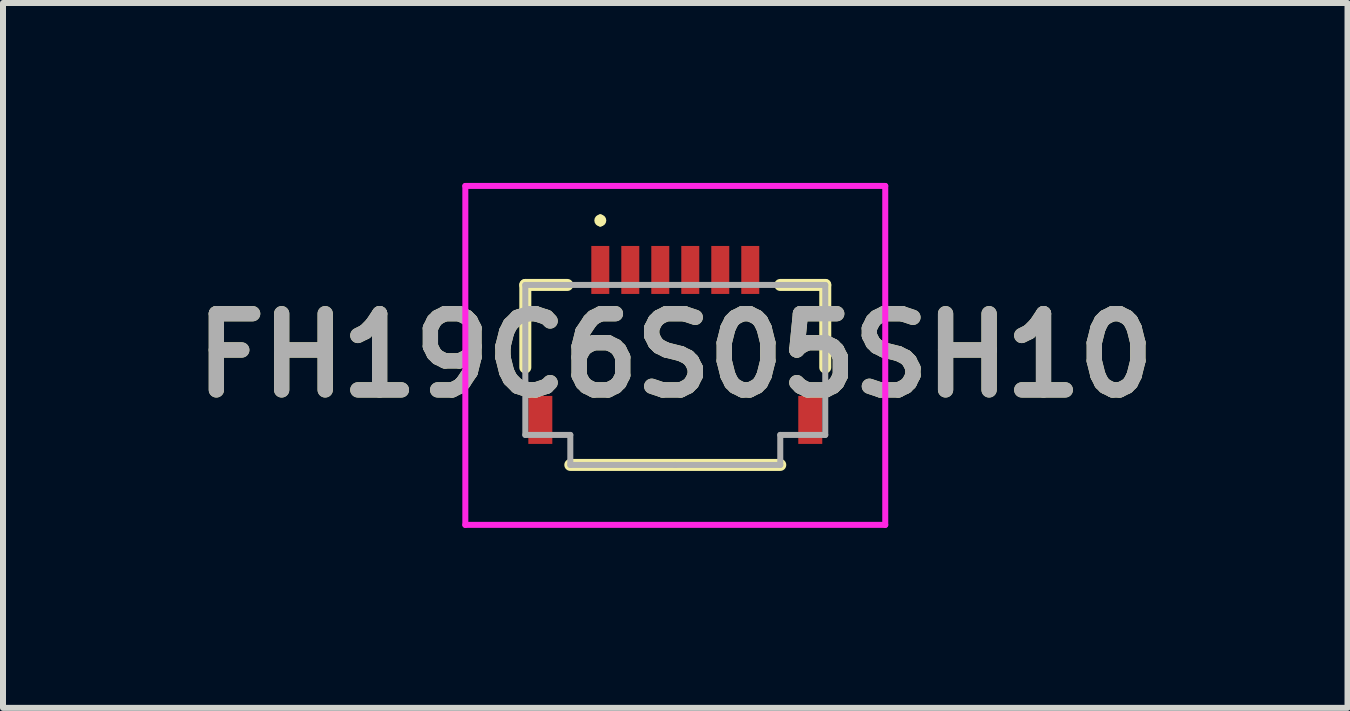
<source format=kicad_pcb>
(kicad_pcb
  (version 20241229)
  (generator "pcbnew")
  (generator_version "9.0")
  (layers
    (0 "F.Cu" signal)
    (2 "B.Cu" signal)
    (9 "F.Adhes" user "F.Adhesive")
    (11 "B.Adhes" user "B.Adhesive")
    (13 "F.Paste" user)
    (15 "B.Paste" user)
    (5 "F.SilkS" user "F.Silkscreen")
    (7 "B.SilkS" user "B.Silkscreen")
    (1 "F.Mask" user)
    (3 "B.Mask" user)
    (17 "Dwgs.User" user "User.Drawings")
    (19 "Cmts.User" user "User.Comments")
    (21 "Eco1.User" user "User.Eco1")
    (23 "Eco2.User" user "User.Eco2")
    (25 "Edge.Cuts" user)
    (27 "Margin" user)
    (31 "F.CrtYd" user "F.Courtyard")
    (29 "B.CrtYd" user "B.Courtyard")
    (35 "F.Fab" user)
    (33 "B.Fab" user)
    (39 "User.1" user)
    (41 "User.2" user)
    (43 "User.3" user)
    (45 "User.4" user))
  (footprint "FH19C6S05SH10"
    (layer "F.Cu")
    (at 8.207 3.075)
    (property "Reference" "FH19C6S05SH10" (at 0 -0.2 0) (layer "F.SilkS") (effects (font (size 1.27 1.27) (thickness 0.254))))
    (attr smd)
    (fp_line (start -2.5 -1.375) (end -2.5 0) (stroke (width 0.2) (type solid)) (layer "F.SilkS"))
    (fp_line (start -1.8 -1.375) (end -2.5 -1.375) (stroke (width 0.2) (type solid)) (layer "F.SilkS"))
    (fp_line (start -1.75 1.625) (end 1.75 1.625) (stroke (width 0.2) (type solid)) (layer "F.SilkS"))
    (fp_line (start -1.25 -2.5) (end -1.25 -2.5) (stroke (width 0.1) (type solid)) (layer "F.SilkS"))
    (fp_line (start -1.25 -2.4) (end -1.25 -2.4) (stroke (width 0.1) (type solid)) (layer "F.SilkS"))
    (fp_line (start 1.75 -1.375) (end 2.5 -1.375) (stroke (width 0.2) (type solid)) (layer "F.SilkS"))
    (fp_line (start 2.5 -1.375) (end 2.5 0) (stroke (width 0.2) (type solid)) (layer "F.SilkS"))
    (fp_arc (start -1.25 -2.5) (mid -1.2 -2.45) (end -1.25 -2.4) (stroke (width 0.1) (type solid)) (layer "F.SilkS"))
    (fp_arc (start -1.25 -2.4) (mid -1.3 -2.45) (end -1.25 -2.5) (stroke (width 0.1) (type solid)) (layer "F.SilkS"))
    (fp_line (start -3.5 -3.025) (end 3.5 -3.025) (stroke (width 0.1) (type solid)) (layer "F.CrtYd"))
    (fp_line (start -3.5 2.625) (end -3.5 -3.025) (stroke (width 0.1) (type solid)) (layer "F.CrtYd"))
    (fp_line (start 3.5 -3.025) (end 3.5 2.625) (stroke (width 0.1) (type solid)) (layer "F.CrtYd"))
    (fp_line (start 3.5 2.625) (end -3.5 2.625) (stroke (width 0.1) (type solid)) (layer "F.CrtYd"))
    (fp_line (start -2.5 -1.375) (end -2.5 1.125) (stroke (width 0.1) (type solid)) (layer "F.Fab"))
    (fp_line (start -2.5 1.125) (end -1.75 1.125) (stroke (width 0.1) (type solid)) (layer "F.Fab"))
    (fp_line (start -1.75 1.125) (end -1.75 1.625) (stroke (width 0.1) (type solid)) (layer "F.Fab"))
    (fp_line (start -1.75 1.625) (end 0 1.625) (stroke (width 0.1) (type solid)) (layer "F.Fab"))
    (fp_line (start 0 1.625) (end 1.75 1.625) (stroke (width 0.1) (type solid)) (layer "F.Fab"))
    (fp_line (start 1.75 1.125) (end 2.5 1.125) (stroke (width 0.1) (type solid)) (layer "F.Fab"))
    (fp_line (start 1.75 1.625) (end 1.75 1.125) (stroke (width 0.1) (type solid)) (layer "F.Fab"))
    (fp_line (start 2.5 -1.375) (end -2.5 -1.375) (stroke (width 0.1) (type solid)) (layer "F.Fab"))
    (fp_line (start 2.5 1.125) (end 2.5 -1.375) (stroke (width 0.1) (type solid)) (layer "F.Fab"))
    (fp_text user "${REFERENCE}" (at 0 -0.2 0) (layer "F.Fab") (effects (font (size 1.27 1.27) (thickness 0.254))))
    (pad "1" smd rect (at -1.25 -1.625) (size 0.3 0.8) (layers "F.Cu" "F.Mask" "F.Paste"))
    (pad "2" smd rect (at -0.75 -1.625) (size 0.3 0.8) (layers "F.Cu" "F.Mask" "F.Paste"))
    (pad "3" smd rect (at -0.25 -1.625) (size 0.3 0.8) (layers "F.Cu" "F.Mask" "F.Paste"))
    (pad "4" smd rect (at 0.25 -1.625) (size 0.3 0.8) (layers "F.Cu" "F.Mask" "F.Paste"))
    (pad "5" smd rect (at 0.75 -1.625) (size 0.3 0.8) (layers "F.Cu" "F.Mask" "F.Paste"))
    (pad "6" smd rect (at 1.25 -1.625) (size 0.3 0.8) (layers "F.Cu" "F.Mask" "F.Paste"))
    (pad "MP1" smd rect (at -2.25 0.875) (size 0.4 0.8) (layers "F.Cu" "F.Mask" "F.Paste"))
    (pad "MP2" smd rect (at 2.25 0.875) (size 0.4 0.8) (layers "F.Cu" "F.Mask" "F.Paste")))
  (gr_rect
    (start -3 -3)
    (end 19.413 8.75)
    (stroke (width 0.1) (type default))
    (fill no)
    (layer "Edge.Cuts")))
</source>
